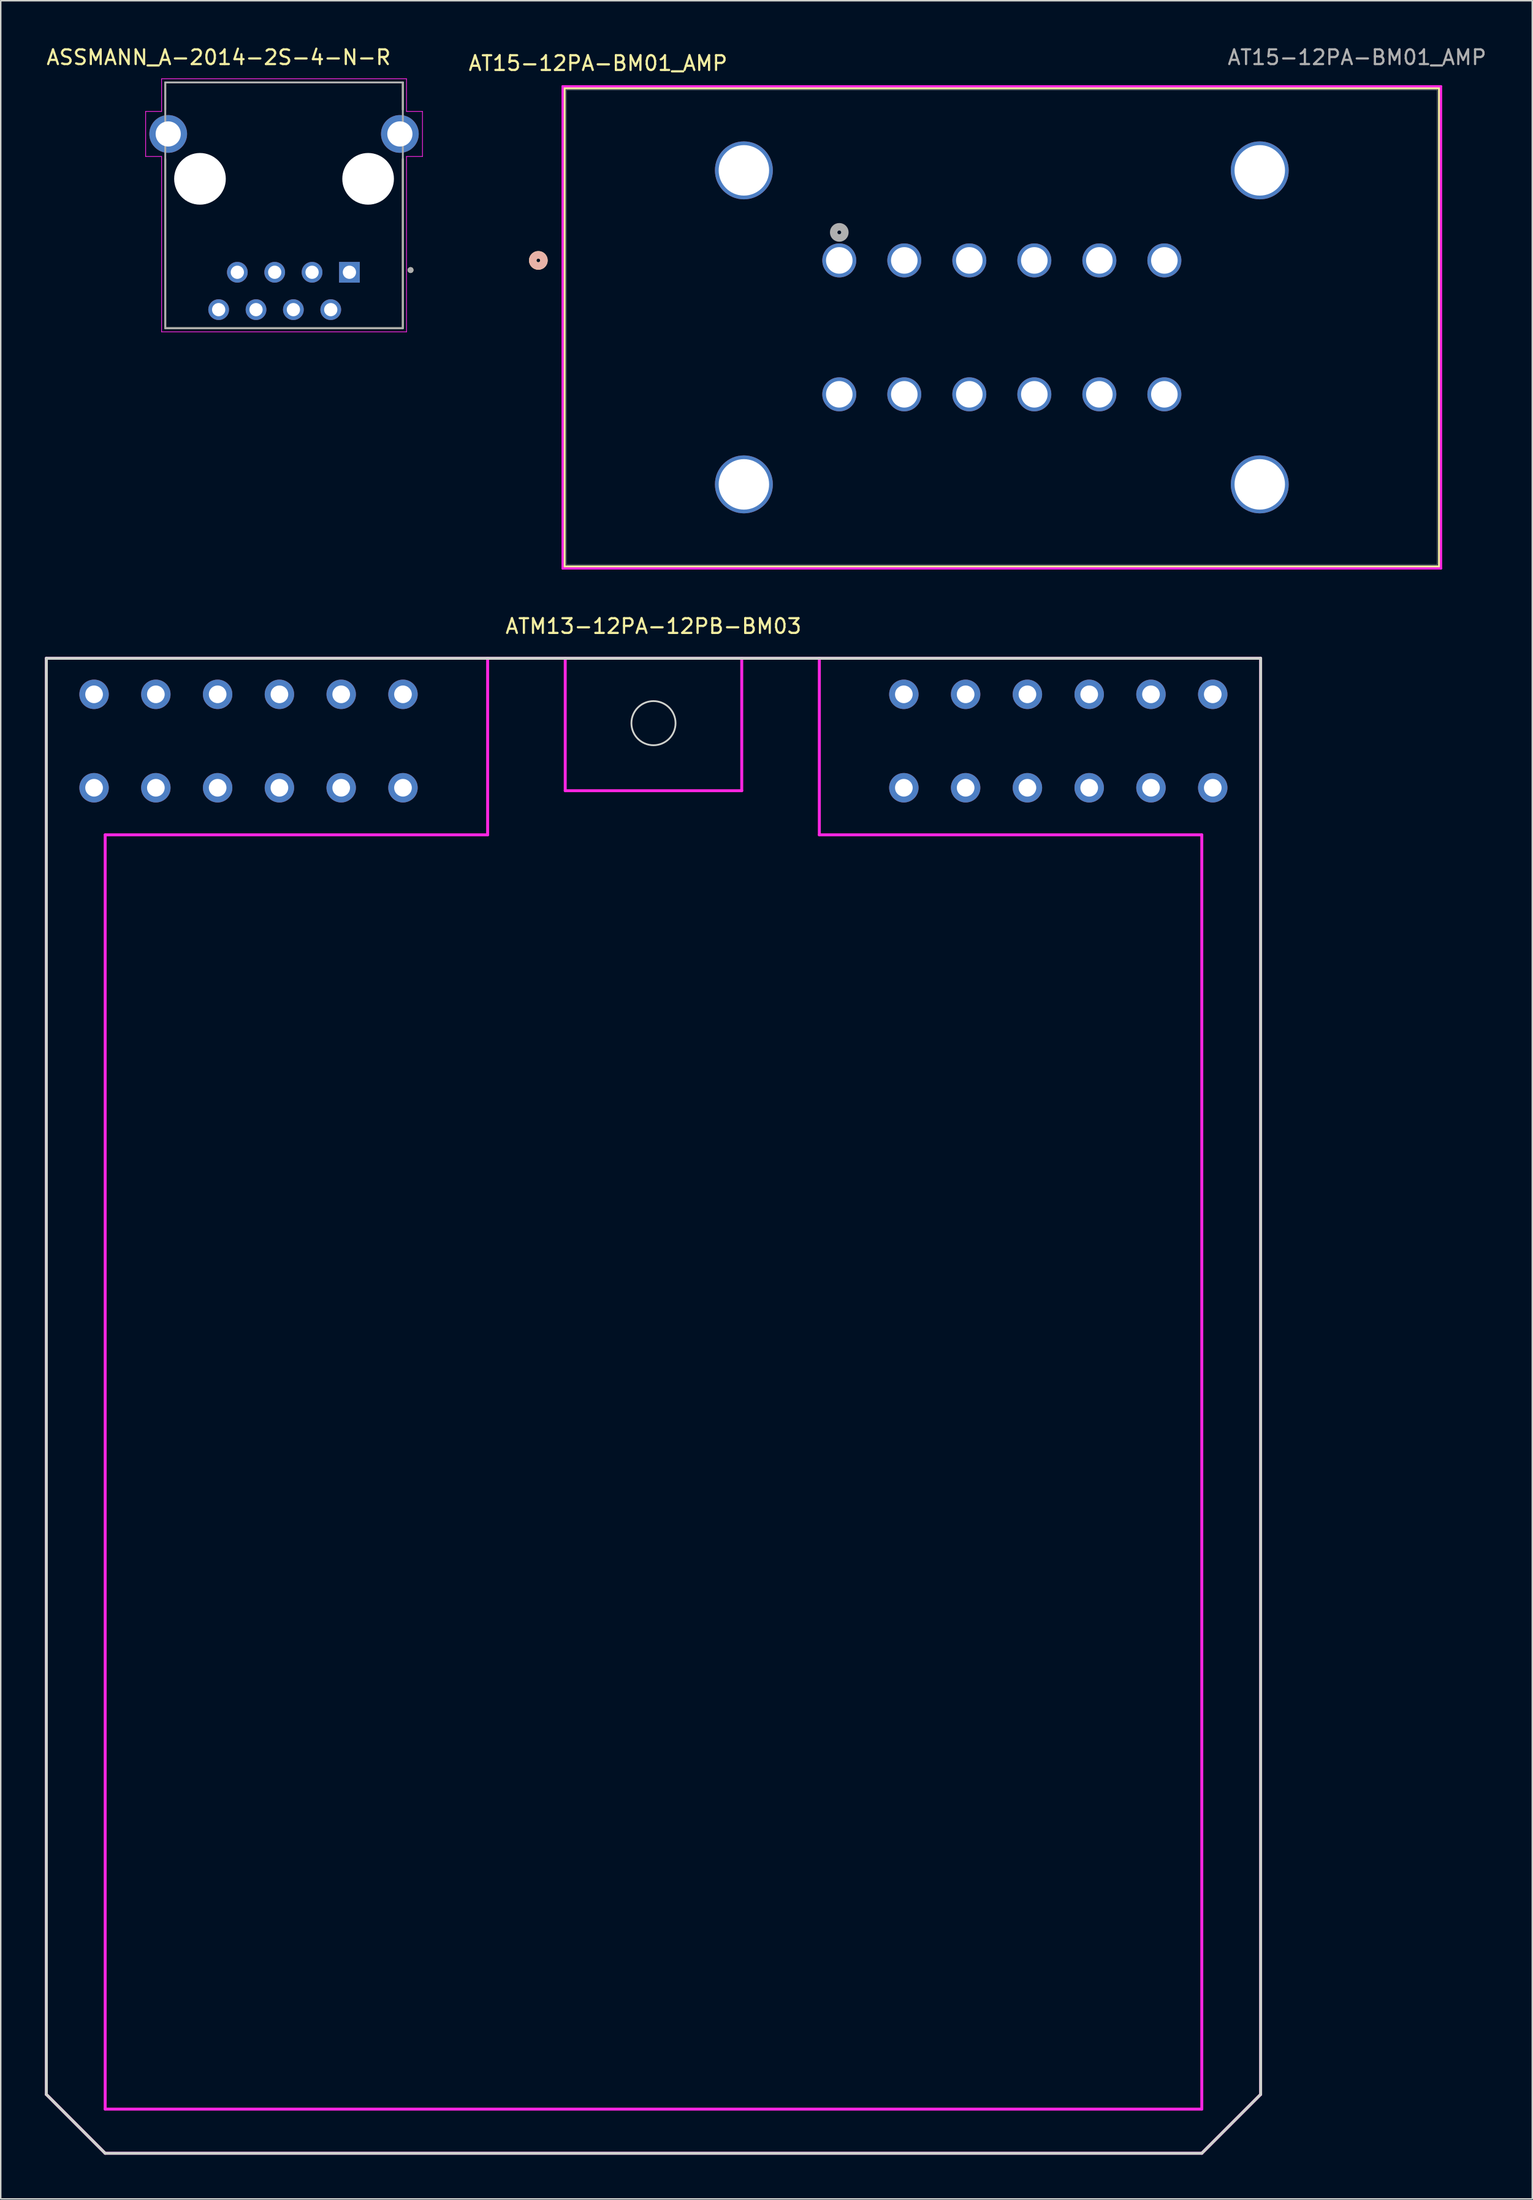
<source format=kicad_pcb>
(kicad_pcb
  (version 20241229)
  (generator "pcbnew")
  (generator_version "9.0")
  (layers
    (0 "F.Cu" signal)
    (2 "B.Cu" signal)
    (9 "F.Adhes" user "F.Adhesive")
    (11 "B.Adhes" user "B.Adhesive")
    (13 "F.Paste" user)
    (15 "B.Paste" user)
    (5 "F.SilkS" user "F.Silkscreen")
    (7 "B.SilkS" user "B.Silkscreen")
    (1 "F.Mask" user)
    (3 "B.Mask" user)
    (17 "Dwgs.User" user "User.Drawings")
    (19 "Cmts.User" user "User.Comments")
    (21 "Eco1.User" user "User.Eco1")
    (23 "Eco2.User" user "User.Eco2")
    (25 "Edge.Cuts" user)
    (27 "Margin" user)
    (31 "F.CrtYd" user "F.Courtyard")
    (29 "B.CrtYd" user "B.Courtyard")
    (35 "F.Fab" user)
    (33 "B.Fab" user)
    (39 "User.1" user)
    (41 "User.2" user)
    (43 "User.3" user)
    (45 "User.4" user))
  (footprint "AT15-12PA-BM01_AMP"
    (layer "F.Cu")
    (at 54.006 14.648)
    (property "Reference" "AT15-12PA-BM01_AMP" (at -16.4 -13.4 0) (unlocked yes) (layer "F.SilkS") (effects (font (size 1 1) (thickness 0.15))))
    (attr through_hole)
    (fp_line (start -18.681 -11.706) (end -18.681 20.806) (stroke (width 0.152) (type solid)) (layer "F.SilkS"))
    (fp_line (start -18.681 20.806) (end 40.781 20.806) (stroke (width 0.152) (type solid)) (layer "F.SilkS"))
    (fp_line (start 40.781 -11.706) (end -18.681 -11.706) (stroke (width 0.152) (type solid)) (layer "F.SilkS"))
    (fp_line (start 40.781 20.806) (end 40.781 -11.706) (stroke (width 0.152) (type solid)) (layer "F.SilkS"))
    (fp_circle (center -20.459 0) (end -20.078 0) (stroke (width 0.508) (type solid)) (fill no) (layer "F.SilkS"))
    (fp_circle (center -20.459 0) (end -20.078 0) (stroke (width 0.508) (type solid)) (fill no) (layer "B.SilkS"))
    (fp_line (start -18.808 -11.833) (end -18.808 20.933) (stroke (width 0.152) (type solid)) (layer "F.CrtYd"))
    (fp_line (start -18.808 20.933) (end 40.908 20.933) (stroke (width 0.152) (type solid)) (layer "F.CrtYd"))
    (fp_line (start 40.908 -11.833) (end -18.808 -11.833) (stroke (width 0.152) (type solid)) (layer "F.CrtYd"))
    (fp_line (start 40.908 20.933) (end 40.908 -11.833) (stroke (width 0.152) (type solid)) (layer "F.CrtYd"))
    (fp_line (start -18.554 -11.579) (end -18.554 20.679) (stroke (width 0.025) (type solid)) (layer "F.Fab"))
    (fp_line (start -18.554 20.679) (end 40.654 20.679) (stroke (width 0.025) (type solid)) (layer "F.Fab"))
    (fp_line (start 40.654 -11.579) (end -18.554 -11.579) (stroke (width 0.025) (type solid)) (layer "F.Fab"))
    (fp_line (start 40.654 20.679) (end 40.654 -11.579) (stroke (width 0.025) (type solid)) (layer "F.Fab"))
    (fp_circle (center 0 -1.905) (end 0.381 -1.905) (stroke (width 0.508) (type solid)) (fill no) (layer "F.Fab"))
    (fp_text user "${REFERENCE}" (at 35.2 -13.8 0) (unlocked yes) (layer "F.Fab") (effects (font (size 1 1) (thickness 0.15))))
    (pad "" np_thru_hole circle (at -6.485 -6.12) (size 3.937 3.937) (drill 3.429) (layers "*.Cu" "*.Mask"))
    (pad "" np_thru_hole circle (at -6.485 15.22) (size 3.937 3.937) (drill 3.429) (layers "*.Cu" "*.Mask"))
    (pad "" np_thru_hole circle (at 28.585 -6.12) (size 3.937 3.937) (drill 3.429) (layers "*.Cu" "*.Mask"))
    (pad "" np_thru_hole circle (at 28.585 15.22) (size 3.937 3.937) (drill 3.429) (layers "*.Cu" "*.Mask"))
    (pad "1" thru_hole circle (at 0 0) (size 2.311 2.311) (drill 1.803) (layers "*.Cu" "*.Mask"))
    (pad "2" thru_hole circle (at 4.42 0) (size 2.311 2.311) (drill 1.803) (layers "*.Cu" "*.Mask"))
    (pad "3" thru_hole circle (at 8.84 0) (size 2.311 2.311) (drill 1.803) (layers "*.Cu" "*.Mask"))
    (pad "4" thru_hole circle (at 13.26 0) (size 2.311 2.311) (drill 1.803) (layers "*.Cu" "*.Mask"))
    (pad "5" thru_hole circle (at 17.68 0) (size 2.311 2.311) (drill 1.803) (layers "*.Cu" "*.Mask"))
    (pad "6" thru_hole circle (at 22.1 0) (size 2.311 2.311) (drill 1.803) (layers "*.Cu" "*.Mask"))
    (pad "7" thru_hole circle (at 0 9.1) (size 2.311 2.311) (drill 1.803) (layers "*.Cu" "*.Mask"))
    (pad "8" thru_hole circle (at 4.42 9.1) (size 2.311 2.311) (drill 1.803) (layers "*.Cu" "*.Mask"))
    (pad "9" thru_hole circle (at 8.84 9.1) (size 2.311 2.311) (drill 1.803) (layers "*.Cu" "*.Mask"))
    (pad "10" thru_hole circle (at 13.26 9.1) (size 2.311 2.311) (drill 1.803) (layers "*.Cu" "*.Mask"))
    (pad "11" thru_hole circle (at 17.68 9.1) (size 2.311 2.311) (drill 1.803) (layers "*.Cu" "*.Mask"))
    (pad "12" thru_hole circle (at 22.1 9.1) (size 2.311 2.311) (drill 1.803) (layers "*.Cu" "*.Mask")))
  (footprint "ATM13-12PA-12PB-BM03"
    (layer "F.Cu")
    (at 41.375 40.006)
    (property "Reference" "ATM13-12PA-12PB-BM03" (at 0 -0.5 0) (unlocked yes) (layer "F.SilkS") (effects (font (size 1 1) (thickness 0.15))))
    (attr through_hole)
    (fp_line (start -41.275 1.68) (end -41.275 99.28) (stroke (width 0.2) (type solid)) (layer "Edge.Cuts"))
    (fp_line (start -41.275 99.28) (end -37.275 103.28) (stroke (width 0.2) (type solid)) (layer "Edge.Cuts"))
    (fp_line (start -37.275 103.28) (end 37.275 103.28) (stroke (width 0.2) (type solid)) (layer "Edge.Cuts"))
    (fp_line (start 37.275 103.28) (end 41.275 99.28) (stroke (width 0.2) (type solid)) (layer "Edge.Cuts"))
    (fp_line (start 41.275 1.68) (end -41.275 1.68) (stroke (width 0.2) (type solid)) (layer "Edge.Cuts"))
    (fp_line (start 41.275 99.28) (end 41.275 1.68) (stroke (width 0.2) (type solid)) (layer "Edge.Cuts"))
    (fp_circle (center 0 6.09) (end 1.2 6.99) (stroke (width 0.12) (type default)) (fill no) (layer "Edge.Cuts"))
    (fp_line (start -41.275 1.68) (end -41.275 99.28) (stroke (width 0.2) (type solid)) (layer "F.CrtYd"))
    (fp_line (start -41.275 99.28) (end -37.275 103.28) (stroke (width 0.2) (type solid)) (layer "F.CrtYd"))
    (fp_line (start -37.275 13.68) (end -37.275 100.28) (stroke (width 0.2) (type solid)) (layer "F.CrtYd"))
    (fp_line (start -37.275 100.28) (end 37.275 100.28) (stroke (width 0.2) (type solid)) (layer "F.CrtYd"))
    (fp_line (start -37.275 103.28) (end 37.275 103.28) (stroke (width 0.2) (type solid)) (layer "F.CrtYd"))
    (fp_line (start -11.275 1.68) (end -11.275 13.68) (stroke (width 0.2) (type solid)) (layer "F.CrtYd"))
    (fp_line (start -11.275 13.68) (end -37.275 13.68) (stroke (width 0.2) (type solid)) (layer "F.CrtYd"))
    (fp_line (start -6 10.68) (end -6 1.68) (stroke (width 0.2) (type solid)) (layer "F.CrtYd"))
    (fp_line (start 6 1.68) (end 6 10.68) (stroke (width 0.2) (type solid)) (layer "F.CrtYd"))
    (fp_line (start 6 10.68) (end -6 10.68) (stroke (width 0.2) (type solid)) (layer "F.CrtYd"))
    (fp_line (start 11.275 13.68) (end 11.275 1.68) (stroke (width 0.2) (type solid)) (layer "F.CrtYd"))
    (fp_line (start 37.275 13.68) (end 11.275 13.68) (stroke (width 0.2) (type solid)) (layer "F.CrtYd"))
    (fp_line (start 37.275 100.28) (end 37.275 13.68) (stroke (width 0.2) (type solid)) (layer "F.CrtYd"))
    (fp_line (start 37.275 103.28) (end 41.275 99.28) (stroke (width 0.2) (type solid)) (layer "F.CrtYd"))
    (fp_line (start 41.275 1.68) (end -41.275 1.68) (stroke (width 0.2) (type solid)) (layer "F.CrtYd"))
    (fp_line (start 41.275 99.28) (end 41.275 1.68) (stroke (width 0.2) (type solid)) (layer "F.CrtYd"))
    (pad "1" thru_hole circle (at 17.02 10.48) (size 2 2) (drill 1.2) (layers "*.Cu" "*.Mask"))
    (pad "2" thru_hole circle (at 21.22 10.48) (size 2 2) (drill 1.2) (layers "*.Cu" "*.Mask"))
    (pad "3" thru_hole circle (at 25.42 10.48) (size 2 2) (drill 1.2) (layers "*.Cu" "*.Mask"))
    (pad "4" thru_hole circle (at 29.62 10.48) (size 2 2) (drill 1.2) (layers "*.Cu" "*.Mask"))
    (pad "5" thru_hole circle (at 33.82 10.48) (size 2 2) (drill 1.2) (layers "*.Cu" "*.Mask"))
    (pad "6" thru_hole circle (at 38.02 10.48) (size 2 2) (drill 1.2) (layers "*.Cu" "*.Mask"))
    (pad "7" thru_hole circle (at 38.02 4.13) (size 2 2) (drill 1.2) (layers "*.Cu" "*.Mask"))
    (pad "8" thru_hole circle (at 33.82 4.13) (size 2 2) (drill 1.2) (layers "*.Cu" "*.Mask"))
    (pad "9" thru_hole circle (at 29.62 4.13) (size 2 2) (drill 1.2) (layers "*.Cu" "*.Mask"))
    (pad "10" thru_hole circle (at 25.42 4.13) (size 2 2) (drill 1.2) (layers "*.Cu" "*.Mask"))
    (pad "11" thru_hole circle (at 21.22 4.13) (size 2 2) (drill 1.2) (layers "*.Cu" "*.Mask"))
    (pad "12" thru_hole circle (at 17.02 4.13) (size 2 2) (drill 1.2) (layers "*.Cu" "*.Mask"))
    (pad "13" thru_hole circle (at -17.03 10.48) (size 2 2) (drill 1.2) (layers "*.Cu" "*.Mask"))
    (pad "14" thru_hole circle (at -21.23 10.48) (size 2 2) (drill 1.2) (layers "*.Cu" "*.Mask"))
    (pad "15" thru_hole circle (at -25.43 10.48) (size 2 2) (drill 1.2) (layers "*.Cu" "*.Mask"))
    (pad "16" thru_hole circle (at -29.63 10.48) (size 2 2) (drill 1.2) (layers "*.Cu" "*.Mask"))
    (pad "17" thru_hole circle (at -33.83 10.48) (size 2 2) (drill 1.2) (layers "*.Cu" "*.Mask"))
    (pad "18" thru_hole circle (at -38.03 10.48) (size 2 2) (drill 1.2) (layers "*.Cu" "*.Mask"))
    (pad "19" thru_hole circle (at -38.03 4.13) (size 2 2) (drill 1.2) (layers "*.Cu" "*.Mask"))
    (pad "20" thru_hole circle (at -33.83 4.13) (size 2 2) (drill 1.2) (layers "*.Cu" "*.Mask"))
    (pad "21" thru_hole circle (at -29.63 4.13) (size 2 2) (drill 1.2) (layers "*.Cu" "*.Mask"))
    (pad "22" thru_hole circle (at -25.43 4.13) (size 2 2) (drill 1.2) (layers "*.Cu" "*.Mask"))
    (pad "23" thru_hole circle (at -21.23 4.13) (size 2 2) (drill 1.2) (layers "*.Cu" "*.Mask"))
    (pad "24" thru_hole circle (at -17.03 4.13) (size 2 2) (drill 1.2) (layers "*.Cu" "*.Mask")))
  (footprint "ASSMANN_A-2014-2S-4-N-R"
    (layer "F.Cu")
    (at 16.26 9.103)
    (property "Reference" "ASSMANN_A-2014-2S-4-N-R" (at -4.445 -8.255 0) (layer "F.SilkS") (effects (font (size 1 1) (thickness 0.15))))
    (attr through_hole)
    (fp_line (start -8.075 -6.55) (end 8.075 -6.55) (stroke (width 0.127) (type solid)) (layer "F.SilkS"))
    (fp_line (start -8.075 -4.7) (end -8.075 -6.55) (stroke (width 0.127) (type solid)) (layer "F.SilkS"))
    (fp_line (start -8.075 10.15) (end -8.075 -1.35) (stroke (width 0.127) (type solid)) (layer "F.SilkS"))
    (fp_line (start 8.075 -6.55) (end 8.075 -4.7) (stroke (width 0.127) (type solid)) (layer "F.SilkS"))
    (fp_line (start 8.075 -1.35) (end 8.075 10.15) (stroke (width 0.127) (type solid)) (layer "F.SilkS"))
    (fp_line (start 8.075 10.15) (end -8.075 10.15) (stroke (width 0.127) (type solid)) (layer "F.SilkS"))
    (fp_circle (center 8.6 6.2) (end 8.7 6.2) (stroke (width 0.2) (type solid)) (fill no) (layer "F.SilkS"))
    (fp_line (start -9.41 -4.58) (end -8.325 -4.58) (stroke (width 0.05) (type solid)) (layer "F.CrtYd"))
    (fp_line (start -9.41 -1.52) (end -9.41 -4.58) (stroke (width 0.05) (type solid)) (layer "F.CrtYd"))
    (fp_line (start -8.325 -6.8) (end 8.325 -6.8) (stroke (width 0.05) (type solid)) (layer "F.CrtYd"))
    (fp_line (start -8.325 -4.58) (end -8.325 -6.8) (stroke (width 0.05) (type solid)) (layer "F.CrtYd"))
    (fp_line (start -8.325 -1.52) (end -9.41 -1.52) (stroke (width 0.05) (type solid)) (layer "F.CrtYd"))
    (fp_line (start -8.325 10.4) (end -8.325 -1.52) (stroke (width 0.05) (type solid)) (layer "F.CrtYd"))
    (fp_line (start 8.325 -6.8) (end 8.325 -4.58) (stroke (width 0.05) (type solid)) (layer "F.CrtYd"))
    (fp_line (start 8.325 -4.58) (end 9.41 -4.58) (stroke (width 0.05) (type solid)) (layer "F.CrtYd"))
    (fp_line (start 8.325 -1.52) (end 8.325 10.4) (stroke (width 0.05) (type solid)) (layer "F.CrtYd"))
    (fp_line (start 8.325 10.4) (end -8.325 10.4) (stroke (width 0.05) (type solid)) (layer "F.CrtYd"))
    (fp_line (start 9.41 -4.58) (end 9.41 -1.52) (stroke (width 0.05) (type solid)) (layer "F.CrtYd"))
    (fp_line (start 9.41 -1.52) (end 8.325 -1.52) (stroke (width 0.05) (type solid)) (layer "F.CrtYd"))
    (fp_line (start -8.075 -6.55) (end 8.075 -6.55) (stroke (width 0.127) (type solid)) (layer "F.Fab"))
    (fp_line (start -8.075 10.15) (end -8.075 -6.55) (stroke (width 0.127) (type solid)) (layer "F.Fab"))
    (fp_line (start 8.075 -6.55) (end 8.075 10.15) (stroke (width 0.127) (type solid)) (layer "F.Fab"))
    (fp_line (start 8.075 10.15) (end -8.075 10.15) (stroke (width 0.127) (type solid)) (layer "F.Fab"))
    (fp_circle (center 8.6 6.2) (end 8.7 6.2) (stroke (width 0.2) (type solid)) (fill no) (layer "F.Fab"))
    (pad "" np_thru_hole circle (at -5.715 0) (size 3.51 3.51) (drill 3.51) (layers "*.Cu" "*.Mask"))
    (pad "" np_thru_hole circle (at 5.715 0) (size 3.51 3.51) (drill 3.51) (layers "*.Cu" "*.Mask"))
    (pad "1" thru_hole rect (at 4.445 6.35) (size 1.408 1.408) (drill 0.9) (layers "*.Cu" "*.Mask"))
    (pad "2" thru_hole circle (at 3.175 8.89) (size 1.408 1.408) (drill 0.9) (layers "*.Cu" "*.Mask"))
    (pad "3" thru_hole circle (at 1.905 6.35) (size 1.408 1.408) (drill 0.9) (layers "*.Cu" "*.Mask"))
    (pad "4" thru_hole circle (at 0.635 8.89) (size 1.408 1.408) (drill 0.9) (layers "*.Cu" "*.Mask"))
    (pad "5" thru_hole circle (at -0.635 6.35) (size 1.408 1.408) (drill 0.9) (layers "*.Cu" "*.Mask"))
    (pad "6" thru_hole circle (at -1.905 8.89) (size 1.408 1.408) (drill 0.9) (layers "*.Cu" "*.Mask"))
    (pad "7" thru_hole circle (at -3.175 6.35) (size 1.408 1.408) (drill 0.9) (layers "*.Cu" "*.Mask"))
    (pad "8" thru_hole circle (at -4.445 8.89) (size 1.408 1.408) (drill 0.9) (layers "*.Cu" "*.Mask"))
    (pad "S1" thru_hole circle (at -7.875 -3.05) (size 2.565 2.565) (drill 1.71) (layers "*.Cu" "*.Mask"))
    (pad "S2" thru_hole circle (at 7.875 -3.05) (size 2.565 2.565) (drill 1.71) (layers "*.Cu" "*.Mask")))
  (gr_rect
    (start -3 -3)
    (end 101.117 146.386)
    (stroke (width 0.1) (type default))
    (fill no)
    (layer "Edge.Cuts")))
</source>
